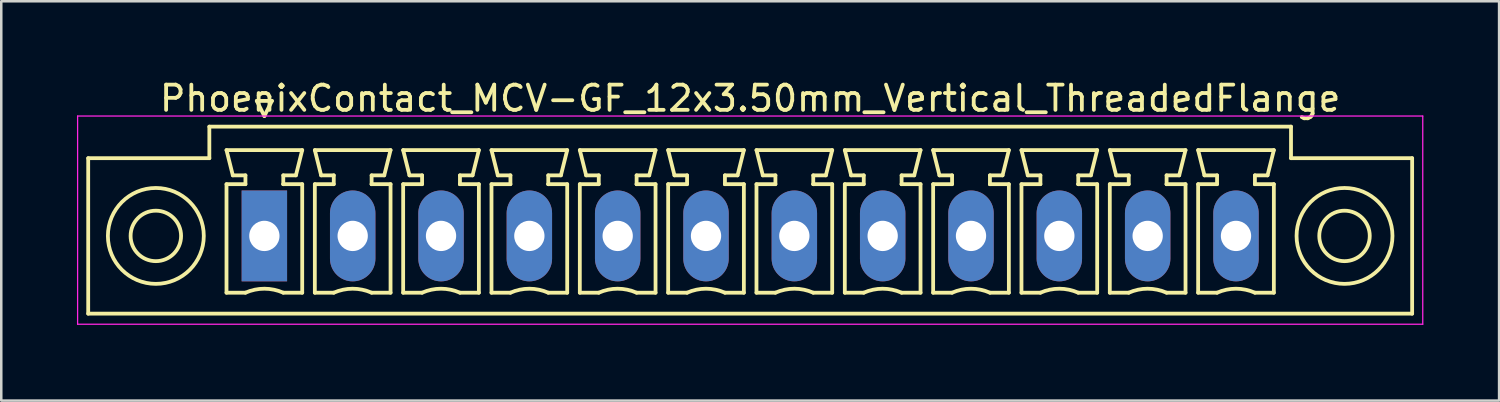
<source format=kicad_pcb>
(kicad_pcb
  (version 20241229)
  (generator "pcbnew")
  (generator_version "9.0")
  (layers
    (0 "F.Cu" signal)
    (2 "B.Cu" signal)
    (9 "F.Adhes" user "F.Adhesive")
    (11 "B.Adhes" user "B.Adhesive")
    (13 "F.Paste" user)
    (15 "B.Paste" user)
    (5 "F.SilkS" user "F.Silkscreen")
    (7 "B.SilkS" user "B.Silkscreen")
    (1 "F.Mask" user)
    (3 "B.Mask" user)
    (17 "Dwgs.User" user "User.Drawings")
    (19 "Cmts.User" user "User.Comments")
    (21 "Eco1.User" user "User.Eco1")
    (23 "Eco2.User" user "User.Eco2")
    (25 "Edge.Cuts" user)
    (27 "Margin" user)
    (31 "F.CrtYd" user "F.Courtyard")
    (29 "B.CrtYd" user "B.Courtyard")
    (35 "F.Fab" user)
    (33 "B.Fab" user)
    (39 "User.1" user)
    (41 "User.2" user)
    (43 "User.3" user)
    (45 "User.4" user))
  (footprint "PhoenixContact_MCV-GF_12x3.50mm_Vertical_ThreadedFlange"
    (layer "F.Cu")
    (at 7.425 6.298)
    (property "Reference" "PhoenixContact_MCV-GF_12x3.50mm_Vertical_ThreadedFlange" (at 19.25 -5.45 0) (layer "F.SilkS") (effects (font (size 1 1) (thickness 0.15))))
    (attr through_hole)
    (fp_line (start -6.98 -3.08) (end -6.98 3.08) (stroke (width 0.15) (type solid)) (layer "F.SilkS"))
    (fp_line (start -6.98 3.08) (end 45.48 3.08) (stroke (width 0.15) (type solid)) (layer "F.SilkS"))
    (fp_line (start -2.18 -4.33) (end -2.18 -3.08) (stroke (width 0.15) (type solid)) (layer "F.SilkS"))
    (fp_line (start -2.18 -3.08) (end -6.98 -3.08) (stroke (width 0.15) (type solid)) (layer "F.SilkS"))
    (fp_line (start -1.5 -3.4) (end 1.5 -3.4) (stroke (width 0.15) (type solid)) (layer "F.SilkS"))
    (fp_line (start -1.5 -2.05) (end -0.75 -2.05) (stroke (width 0.15) (type solid)) (layer "F.SilkS"))
    (fp_line (start -1.5 2.25) (end -1.5 -2.05) (stroke (width 0.15) (type solid)) (layer "F.SilkS"))
    (fp_line (start -1.25 -2.4) (end -1.5 -3.4) (stroke (width 0.15) (type solid)) (layer "F.SilkS"))
    (fp_line (start -0.75 -2.4) (end -1.25 -2.4) (stroke (width 0.15) (type solid)) (layer "F.SilkS"))
    (fp_line (start -0.75 -2.05) (end -0.75 -2.4) (stroke (width 0.15) (type solid)) (layer "F.SilkS"))
    (fp_line (start -0.75 2.25) (end -1.5 2.25) (stroke (width 0.15) (type solid)) (layer "F.SilkS"))
    (fp_line (start -0.3 -5.35) (end 0 -4.75) (stroke (width 0.15) (type solid)) (layer "F.SilkS"))
    (fp_line (start 0 -4.75) (end 0.3 -5.35) (stroke (width 0.15) (type solid)) (layer "F.SilkS"))
    (fp_line (start 0.3 -5.35) (end -0.3 -5.35) (stroke (width 0.15) (type solid)) (layer "F.SilkS"))
    (fp_line (start 0.75 -2.4) (end 0.75 -2.05) (stroke (width 0.15) (type solid)) (layer "F.SilkS"))
    (fp_line (start 0.75 -2.05) (end 0.75 -2.05) (stroke (width 0.15) (type solid)) (layer "F.SilkS"))
    (fp_line (start 0.75 -2.05) (end 1.5 -2.05) (stroke (width 0.15) (type solid)) (layer "F.SilkS"))
    (fp_line (start 1.25 -2.4) (end 0.75 -2.4) (stroke (width 0.15) (type solid)) (layer "F.SilkS"))
    (fp_line (start 1.5 -3.4) (end 1.25 -2.4) (stroke (width 0.15) (type solid)) (layer "F.SilkS"))
    (fp_line (start 1.5 -2.05) (end 1.5 2.25) (stroke (width 0.15) (type solid)) (layer "F.SilkS"))
    (fp_line (start 1.5 2.25) (end 0.75 2.25) (stroke (width 0.15) (type solid)) (layer "F.SilkS"))
    (fp_line (start 2 -3.4) (end 5 -3.4) (stroke (width 0.15) (type solid)) (layer "F.SilkS"))
    (fp_line (start 2 -2.05) (end 2.75 -2.05) (stroke (width 0.15) (type solid)) (layer "F.SilkS"))
    (fp_line (start 2 2.25) (end 2 -2.05) (stroke (width 0.15) (type solid)) (layer "F.SilkS"))
    (fp_line (start 2.25 -2.4) (end 2 -3.4) (stroke (width 0.15) (type solid)) (layer "F.SilkS"))
    (fp_line (start 2.75 -2.4) (end 2.25 -2.4) (stroke (width 0.15) (type solid)) (layer "F.SilkS"))
    (fp_line (start 2.75 -2.05) (end 2.75 -2.4) (stroke (width 0.15) (type solid)) (layer "F.SilkS"))
    (fp_line (start 2.75 2.25) (end 2 2.25) (stroke (width 0.15) (type solid)) (layer "F.SilkS"))
    (fp_line (start 4.25 -2.4) (end 4.25 -2.05) (stroke (width 0.15) (type solid)) (layer "F.SilkS"))
    (fp_line (start 4.25 -2.05) (end 4.25 -2.05) (stroke (width 0.15) (type solid)) (layer "F.SilkS"))
    (fp_line (start 4.25 -2.05) (end 5 -2.05) (stroke (width 0.15) (type solid)) (layer "F.SilkS"))
    (fp_line (start 4.75 -2.4) (end 4.25 -2.4) (stroke (width 0.15) (type solid)) (layer "F.SilkS"))
    (fp_line (start 5 -3.4) (end 4.75 -2.4) (stroke (width 0.15) (type solid)) (layer "F.SilkS"))
    (fp_line (start 5 -2.05) (end 5 2.25) (stroke (width 0.15) (type solid)) (layer "F.SilkS"))
    (fp_line (start 5 2.25) (end 4.25 2.25) (stroke (width 0.15) (type solid)) (layer "F.SilkS"))
    (fp_line (start 5.5 -3.4) (end 8.5 -3.4) (stroke (width 0.15) (type solid)) (layer "F.SilkS"))
    (fp_line (start 5.5 -2.05) (end 6.25 -2.05) (stroke (width 0.15) (type solid)) (layer "F.SilkS"))
    (fp_line (start 5.5 2.25) (end 5.5 -2.05) (stroke (width 0.15) (type solid)) (layer "F.SilkS"))
    (fp_line (start 5.75 -2.4) (end 5.5 -3.4) (stroke (width 0.15) (type solid)) (layer "F.SilkS"))
    (fp_line (start 6.25 -2.4) (end 5.75 -2.4) (stroke (width 0.15) (type solid)) (layer "F.SilkS"))
    (fp_line (start 6.25 -2.05) (end 6.25 -2.4) (stroke (width 0.15) (type solid)) (layer "F.SilkS"))
    (fp_line (start 6.25 2.25) (end 5.5 2.25) (stroke (width 0.15) (type solid)) (layer "F.SilkS"))
    (fp_line (start 7.75 -2.4) (end 7.75 -2.05) (stroke (width 0.15) (type solid)) (layer "F.SilkS"))
    (fp_line (start 7.75 -2.05) (end 7.75 -2.05) (stroke (width 0.15) (type solid)) (layer "F.SilkS"))
    (fp_line (start 7.75 -2.05) (end 8.5 -2.05) (stroke (width 0.15) (type solid)) (layer "F.SilkS"))
    (fp_line (start 8.25 -2.4) (end 7.75 -2.4) (stroke (width 0.15) (type solid)) (layer "F.SilkS"))
    (fp_line (start 8.5 -3.4) (end 8.25 -2.4) (stroke (width 0.15) (type solid)) (layer "F.SilkS"))
    (fp_line (start 8.5 -2.05) (end 8.5 2.25) (stroke (width 0.15) (type solid)) (layer "F.SilkS"))
    (fp_line (start 8.5 2.25) (end 7.75 2.25) (stroke (width 0.15) (type solid)) (layer "F.SilkS"))
    (fp_line (start 9 -3.4) (end 12 -3.4) (stroke (width 0.15) (type solid)) (layer "F.SilkS"))
    (fp_line (start 9 -2.05) (end 9.75 -2.05) (stroke (width 0.15) (type solid)) (layer "F.SilkS"))
    (fp_line (start 9 2.25) (end 9 -2.05) (stroke (width 0.15) (type solid)) (layer "F.SilkS"))
    (fp_line (start 9.25 -2.4) (end 9 -3.4) (stroke (width 0.15) (type solid)) (layer "F.SilkS"))
    (fp_line (start 9.75 -2.4) (end 9.25 -2.4) (stroke (width 0.15) (type solid)) (layer "F.SilkS"))
    (fp_line (start 9.75 -2.05) (end 9.75 -2.4) (stroke (width 0.15) (type solid)) (layer "F.SilkS"))
    (fp_line (start 9.75 2.25) (end 9 2.25) (stroke (width 0.15) (type solid)) (layer "F.SilkS"))
    (fp_line (start 11.25 -2.4) (end 11.25 -2.05) (stroke (width 0.15) (type solid)) (layer "F.SilkS"))
    (fp_line (start 11.25 -2.05) (end 11.25 -2.05) (stroke (width 0.15) (type solid)) (layer "F.SilkS"))
    (fp_line (start 11.25 -2.05) (end 12 -2.05) (stroke (width 0.15) (type solid)) (layer "F.SilkS"))
    (fp_line (start 11.75 -2.4) (end 11.25 -2.4) (stroke (width 0.15) (type solid)) (layer "F.SilkS"))
    (fp_line (start 12 -3.4) (end 11.75 -2.4) (stroke (width 0.15) (type solid)) (layer "F.SilkS"))
    (fp_line (start 12 -2.05) (end 12 2.25) (stroke (width 0.15) (type solid)) (layer "F.SilkS"))
    (fp_line (start 12 2.25) (end 11.25 2.25) (stroke (width 0.15) (type solid)) (layer "F.SilkS"))
    (fp_line (start 12.5 -3.4) (end 15.5 -3.4) (stroke (width 0.15) (type solid)) (layer "F.SilkS"))
    (fp_line (start 12.5 -2.05) (end 13.25 -2.05) (stroke (width 0.15) (type solid)) (layer "F.SilkS"))
    (fp_line (start 12.5 2.25) (end 12.5 -2.05) (stroke (width 0.15) (type solid)) (layer "F.SilkS"))
    (fp_line (start 12.75 -2.4) (end 12.5 -3.4) (stroke (width 0.15) (type solid)) (layer "F.SilkS"))
    (fp_line (start 13.25 -2.4) (end 12.75 -2.4) (stroke (width 0.15) (type solid)) (layer "F.SilkS"))
    (fp_line (start 13.25 -2.05) (end 13.25 -2.4) (stroke (width 0.15) (type solid)) (layer "F.SilkS"))
    (fp_line (start 13.25 2.25) (end 12.5 2.25) (stroke (width 0.15) (type solid)) (layer "F.SilkS"))
    (fp_line (start 14.75 -2.4) (end 14.75 -2.05) (stroke (width 0.15) (type solid)) (layer "F.SilkS"))
    (fp_line (start 14.75 -2.05) (end 14.75 -2.05) (stroke (width 0.15) (type solid)) (layer "F.SilkS"))
    (fp_line (start 14.75 -2.05) (end 15.5 -2.05) (stroke (width 0.15) (type solid)) (layer "F.SilkS"))
    (fp_line (start 15.25 -2.4) (end 14.75 -2.4) (stroke (width 0.15) (type solid)) (layer "F.SilkS"))
    (fp_line (start 15.5 -3.4) (end 15.25 -2.4) (stroke (width 0.15) (type solid)) (layer "F.SilkS"))
    (fp_line (start 15.5 -2.05) (end 15.5 2.25) (stroke (width 0.15) (type solid)) (layer "F.SilkS"))
    (fp_line (start 15.5 2.25) (end 14.75 2.25) (stroke (width 0.15) (type solid)) (layer "F.SilkS"))
    (fp_line (start 16 -3.4) (end 19 -3.4) (stroke (width 0.15) (type solid)) (layer "F.SilkS"))
    (fp_line (start 16 -2.05) (end 16.75 -2.05) (stroke (width 0.15) (type solid)) (layer "F.SilkS"))
    (fp_line (start 16 2.25) (end 16 -2.05) (stroke (width 0.15) (type solid)) (layer "F.SilkS"))
    (fp_line (start 16.25 -2.4) (end 16 -3.4) (stroke (width 0.15) (type solid)) (layer "F.SilkS"))
    (fp_line (start 16.75 -2.4) (end 16.25 -2.4) (stroke (width 0.15) (type solid)) (layer "F.SilkS"))
    (fp_line (start 16.75 -2.05) (end 16.75 -2.4) (stroke (width 0.15) (type solid)) (layer "F.SilkS"))
    (fp_line (start 16.75 2.25) (end 16 2.25) (stroke (width 0.15) (type solid)) (layer "F.SilkS"))
    (fp_line (start 18.25 -2.4) (end 18.25 -2.05) (stroke (width 0.15) (type solid)) (layer "F.SilkS"))
    (fp_line (start 18.25 -2.05) (end 18.25 -2.05) (stroke (width 0.15) (type solid)) (layer "F.SilkS"))
    (fp_line (start 18.25 -2.05) (end 19 -2.05) (stroke (width 0.15) (type solid)) (layer "F.SilkS"))
    (fp_line (start 18.75 -2.4) (end 18.25 -2.4) (stroke (width 0.15) (type solid)) (layer "F.SilkS"))
    (fp_line (start 19 -3.4) (end 18.75 -2.4) (stroke (width 0.15) (type solid)) (layer "F.SilkS"))
    (fp_line (start 19 -2.05) (end 19 2.25) (stroke (width 0.15) (type solid)) (layer "F.SilkS"))
    (fp_line (start 19 2.25) (end 18.25 2.25) (stroke (width 0.15) (type solid)) (layer "F.SilkS"))
    (fp_line (start 19.5 -3.4) (end 22.5 -3.4) (stroke (width 0.15) (type solid)) (layer "F.SilkS"))
    (fp_line (start 19.5 -2.05) (end 20.25 -2.05) (stroke (width 0.15) (type solid)) (layer "F.SilkS"))
    (fp_line (start 19.5 2.25) (end 19.5 -2.05) (stroke (width 0.15) (type solid)) (layer "F.SilkS"))
    (fp_line (start 19.75 -2.4) (end 19.5 -3.4) (stroke (width 0.15) (type solid)) (layer "F.SilkS"))
    (fp_line (start 20.25 -2.4) (end 19.75 -2.4) (stroke (width 0.15) (type solid)) (layer "F.SilkS"))
    (fp_line (start 20.25 -2.05) (end 20.25 -2.4) (stroke (width 0.15) (type solid)) (layer "F.SilkS"))
    (fp_line (start 20.25 2.25) (end 19.5 2.25) (stroke (width 0.15) (type solid)) (layer "F.SilkS"))
    (fp_line (start 21.75 -2.4) (end 21.75 -2.05) (stroke (width 0.15) (type solid)) (layer "F.SilkS"))
    (fp_line (start 21.75 -2.05) (end 21.75 -2.05) (stroke (width 0.15) (type solid)) (layer "F.SilkS"))
    (fp_line (start 21.75 -2.05) (end 22.5 -2.05) (stroke (width 0.15) (type solid)) (layer "F.SilkS"))
    (fp_line (start 22.25 -2.4) (end 21.75 -2.4) (stroke (width 0.15) (type solid)) (layer "F.SilkS"))
    (fp_line (start 22.5 -3.4) (end 22.25 -2.4) (stroke (width 0.15) (type solid)) (layer "F.SilkS"))
    (fp_line (start 22.5 -2.05) (end 22.5 2.25) (stroke (width 0.15) (type solid)) (layer "F.SilkS"))
    (fp_line (start 22.5 2.25) (end 21.75 2.25) (stroke (width 0.15) (type solid)) (layer "F.SilkS"))
    (fp_line (start 23 -3.4) (end 26 -3.4) (stroke (width 0.15) (type solid)) (layer "F.SilkS"))
    (fp_line (start 23 -2.05) (end 23.75 -2.05) (stroke (width 0.15) (type solid)) (layer "F.SilkS"))
    (fp_line (start 23 2.25) (end 23 -2.05) (stroke (width 0.15) (type solid)) (layer "F.SilkS"))
    (fp_line (start 23.25 -2.4) (end 23 -3.4) (stroke (width 0.15) (type solid)) (layer "F.SilkS"))
    (fp_line (start 23.75 -2.4) (end 23.25 -2.4) (stroke (width 0.15) (type solid)) (layer "F.SilkS"))
    (fp_line (start 23.75 -2.05) (end 23.75 -2.4) (stroke (width 0.15) (type solid)) (layer "F.SilkS"))
    (fp_line (start 23.75 2.25) (end 23 2.25) (stroke (width 0.15) (type solid)) (layer "F.SilkS"))
    (fp_line (start 25.25 -2.4) (end 25.25 -2.05) (stroke (width 0.15) (type solid)) (layer "F.SilkS"))
    (fp_line (start 25.25 -2.05) (end 25.25 -2.05) (stroke (width 0.15) (type solid)) (layer "F.SilkS"))
    (fp_line (start 25.25 -2.05) (end 26 -2.05) (stroke (width 0.15) (type solid)) (layer "F.SilkS"))
    (fp_line (start 25.75 -2.4) (end 25.25 -2.4) (stroke (width 0.15) (type solid)) (layer "F.SilkS"))
    (fp_line (start 26 -3.4) (end 25.75 -2.4) (stroke (width 0.15) (type solid)) (layer "F.SilkS"))
    (fp_line (start 26 -2.05) (end 26 2.25) (stroke (width 0.15) (type solid)) (layer "F.SilkS"))
    (fp_line (start 26 2.25) (end 25.25 2.25) (stroke (width 0.15) (type solid)) (layer "F.SilkS"))
    (fp_line (start 26.5 -3.4) (end 29.5 -3.4) (stroke (width 0.15) (type solid)) (layer "F.SilkS"))
    (fp_line (start 26.5 -2.05) (end 27.25 -2.05) (stroke (width 0.15) (type solid)) (layer "F.SilkS"))
    (fp_line (start 26.5 2.25) (end 26.5 -2.05) (stroke (width 0.15) (type solid)) (layer "F.SilkS"))
    (fp_line (start 26.75 -2.4) (end 26.5 -3.4) (stroke (width 0.15) (type solid)) (layer "F.SilkS"))
    (fp_line (start 27.25 -2.4) (end 26.75 -2.4) (stroke (width 0.15) (type solid)) (layer "F.SilkS"))
    (fp_line (start 27.25 -2.05) (end 27.25 -2.4) (stroke (width 0.15) (type solid)) (layer "F.SilkS"))
    (fp_line (start 27.25 2.25) (end 26.5 2.25) (stroke (width 0.15) (type solid)) (layer "F.SilkS"))
    (fp_line (start 28.75 -2.4) (end 28.75 -2.05) (stroke (width 0.15) (type solid)) (layer "F.SilkS"))
    (fp_line (start 28.75 -2.05) (end 28.75 -2.05) (stroke (width 0.15) (type solid)) (layer "F.SilkS"))
    (fp_line (start 28.75 -2.05) (end 29.5 -2.05) (stroke (width 0.15) (type solid)) (layer "F.SilkS"))
    (fp_line (start 29.25 -2.4) (end 28.75 -2.4) (stroke (width 0.15) (type solid)) (layer "F.SilkS"))
    (fp_line (start 29.5 -3.4) (end 29.25 -2.4) (stroke (width 0.15) (type solid)) (layer "F.SilkS"))
    (fp_line (start 29.5 -2.05) (end 29.5 2.25) (stroke (width 0.15) (type solid)) (layer "F.SilkS"))
    (fp_line (start 29.5 2.25) (end 28.75 2.25) (stroke (width 0.15) (type solid)) (layer "F.SilkS"))
    (fp_line (start 30 -3.4) (end 33 -3.4) (stroke (width 0.15) (type solid)) (layer "F.SilkS"))
    (fp_line (start 30 -2.05) (end 30.75 -2.05) (stroke (width 0.15) (type solid)) (layer "F.SilkS"))
    (fp_line (start 30 2.25) (end 30 -2.05) (stroke (width 0.15) (type solid)) (layer "F.SilkS"))
    (fp_line (start 30.25 -2.4) (end 30 -3.4) (stroke (width 0.15) (type solid)) (layer "F.SilkS"))
    (fp_line (start 30.75 -2.4) (end 30.25 -2.4) (stroke (width 0.15) (type solid)) (layer "F.SilkS"))
    (fp_line (start 30.75 -2.05) (end 30.75 -2.4) (stroke (width 0.15) (type solid)) (layer "F.SilkS"))
    (fp_line (start 30.75 2.25) (end 30 2.25) (stroke (width 0.15) (type solid)) (layer "F.SilkS"))
    (fp_line (start 32.25 -2.4) (end 32.25 -2.05) (stroke (width 0.15) (type solid)) (layer "F.SilkS"))
    (fp_line (start 32.25 -2.05) (end 32.25 -2.05) (stroke (width 0.15) (type solid)) (layer "F.SilkS"))
    (fp_line (start 32.25 -2.05) (end 33 -2.05) (stroke (width 0.15) (type solid)) (layer "F.SilkS"))
    (fp_line (start 32.75 -2.4) (end 32.25 -2.4) (stroke (width 0.15) (type solid)) (layer "F.SilkS"))
    (fp_line (start 33 -3.4) (end 32.75 -2.4) (stroke (width 0.15) (type solid)) (layer "F.SilkS"))
    (fp_line (start 33 -2.05) (end 33 2.25) (stroke (width 0.15) (type solid)) (layer "F.SilkS"))
    (fp_line (start 33 2.25) (end 32.25 2.25) (stroke (width 0.15) (type solid)) (layer "F.SilkS"))
    (fp_line (start 33.5 -3.4) (end 36.5 -3.4) (stroke (width 0.15) (type solid)) (layer "F.SilkS"))
    (fp_line (start 33.5 -2.05) (end 34.25 -2.05) (stroke (width 0.15) (type solid)) (layer "F.SilkS"))
    (fp_line (start 33.5 2.25) (end 33.5 -2.05) (stroke (width 0.15) (type solid)) (layer "F.SilkS"))
    (fp_line (start 33.75 -2.4) (end 33.5 -3.4) (stroke (width 0.15) (type solid)) (layer "F.SilkS"))
    (fp_line (start 34.25 -2.4) (end 33.75 -2.4) (stroke (width 0.15) (type solid)) (layer "F.SilkS"))
    (fp_line (start 34.25 -2.05) (end 34.25 -2.4) (stroke (width 0.15) (type solid)) (layer "F.SilkS"))
    (fp_line (start 34.25 2.25) (end 33.5 2.25) (stroke (width 0.15) (type solid)) (layer "F.SilkS"))
    (fp_line (start 35.75 -2.4) (end 35.75 -2.05) (stroke (width 0.15) (type solid)) (layer "F.SilkS"))
    (fp_line (start 35.75 -2.05) (end 35.75 -2.05) (stroke (width 0.15) (type solid)) (layer "F.SilkS"))
    (fp_line (start 35.75 -2.05) (end 36.5 -2.05) (stroke (width 0.15) (type solid)) (layer "F.SilkS"))
    (fp_line (start 36.25 -2.4) (end 35.75 -2.4) (stroke (width 0.15) (type solid)) (layer "F.SilkS"))
    (fp_line (start 36.5 -3.4) (end 36.25 -2.4) (stroke (width 0.15) (type solid)) (layer "F.SilkS"))
    (fp_line (start 36.5 -2.05) (end 36.5 2.25) (stroke (width 0.15) (type solid)) (layer "F.SilkS"))
    (fp_line (start 36.5 2.25) (end 35.75 2.25) (stroke (width 0.15) (type solid)) (layer "F.SilkS"))
    (fp_line (start 37 -3.4) (end 40 -3.4) (stroke (width 0.15) (type solid)) (layer "F.SilkS"))
    (fp_line (start 37 -2.05) (end 37.75 -2.05) (stroke (width 0.15) (type solid)) (layer "F.SilkS"))
    (fp_line (start 37 2.25) (end 37 -2.05) (stroke (width 0.15) (type solid)) (layer "F.SilkS"))
    (fp_line (start 37.25 -2.4) (end 37 -3.4) (stroke (width 0.15) (type solid)) (layer "F.SilkS"))
    (fp_line (start 37.75 -2.4) (end 37.25 -2.4) (stroke (width 0.15) (type solid)) (layer "F.SilkS"))
    (fp_line (start 37.75 -2.05) (end 37.75 -2.4) (stroke (width 0.15) (type solid)) (layer "F.SilkS"))
    (fp_line (start 37.75 2.25) (end 37 2.25) (stroke (width 0.15) (type solid)) (layer "F.SilkS"))
    (fp_line (start 39.25 -2.4) (end 39.25 -2.05) (stroke (width 0.15) (type solid)) (layer "F.SilkS"))
    (fp_line (start 39.25 -2.05) (end 39.25 -2.05) (stroke (width 0.15) (type solid)) (layer "F.SilkS"))
    (fp_line (start 39.25 -2.05) (end 40 -2.05) (stroke (width 0.15) (type solid)) (layer "F.SilkS"))
    (fp_line (start 39.75 -2.4) (end 39.25 -2.4) (stroke (width 0.15) (type solid)) (layer "F.SilkS"))
    (fp_line (start 40 -3.4) (end 39.75 -2.4) (stroke (width 0.15) (type solid)) (layer "F.SilkS"))
    (fp_line (start 40 -2.05) (end 40 2.25) (stroke (width 0.15) (type solid)) (layer "F.SilkS"))
    (fp_line (start 40 2.25) (end 39.25 2.25) (stroke (width 0.15) (type solid)) (layer "F.SilkS"))
    (fp_line (start 40.68 -4.33) (end -2.18 -4.33) (stroke (width 0.15) (type solid)) (layer "F.SilkS"))
    (fp_line (start 40.68 -3.08) (end 40.68 -4.33) (stroke (width 0.15) (type solid)) (layer "F.SilkS"))
    (fp_line (start 45.48 -3.08) (end 40.68 -3.08) (stroke (width 0.15) (type solid)) (layer "F.SilkS"))
    (fp_line (start 45.48 3.08) (end 45.48 -3.08) (stroke (width 0.15) (type solid)) (layer "F.SilkS"))
    (fp_arc (start -0.75 2.25) (mid -0.000193 2.09191) (end 0.749647 2.249844) (stroke (width 0.15) (type solid)) (layer "F.SilkS"))
    (fp_arc (start 2.75 2.25) (mid 3.499807 2.09191) (end 4.249647 2.249844) (stroke (width 0.15) (type solid)) (layer "F.SilkS"))
    (fp_arc (start 6.25 2.25) (mid 6.999807 2.09191) (end 7.749647 2.249844) (stroke (width 0.15) (type solid)) (layer "F.SilkS"))
    (fp_arc (start 9.75 2.25) (mid 10.499807 2.09191) (end 11.249647 2.249844) (stroke (width 0.15) (type solid)) (layer "F.SilkS"))
    (fp_arc (start 13.25 2.25) (mid 13.999807 2.09191) (end 14.749647 2.249844) (stroke (width 0.15) (type solid)) (layer "F.SilkS"))
    (fp_arc (start 16.75 2.25) (mid 17.499807 2.09191) (end 18.249647 2.249844) (stroke (width 0.15) (type solid)) (layer "F.SilkS"))
    (fp_arc (start 20.25 2.25) (mid 20.999807 2.09191) (end 21.749647 2.249844) (stroke (width 0.15) (type solid)) (layer "F.SilkS"))
    (fp_arc (start 23.75 2.25) (mid 24.499807 2.09191) (end 25.249647 2.249844) (stroke (width 0.15) (type solid)) (layer "F.SilkS"))
    (fp_arc (start 27.25 2.25) (mid 27.999807 2.09191) (end 28.749647 2.249844) (stroke (width 0.15) (type solid)) (layer "F.SilkS"))
    (fp_arc (start 30.75 2.25) (mid 31.499807 2.09191) (end 32.249647 2.249844) (stroke (width 0.15) (type solid)) (layer "F.SilkS"))
    (fp_arc (start 34.25 2.25) (mid 34.999807 2.09191) (end 35.749647 2.249844) (stroke (width 0.15) (type solid)) (layer "F.SilkS"))
    (fp_arc (start 37.75 2.25) (mid 38.499807 2.09191) (end 39.249647 2.249844) (stroke (width 0.15) (type solid)) (layer "F.SilkS"))
    (fp_circle (center -4.3 0) (end -3.3 0) (stroke (width 0.15) (type solid)) (fill no) (layer "F.SilkS"))
    (fp_circle (center -4.3 0) (end -2.4 0) (stroke (width 0.15) (type solid)) (fill no) (layer "F.SilkS"))
    (fp_circle (center 42.8 0) (end 43.8 0) (stroke (width 0.15) (type solid)) (fill no) (layer "F.SilkS"))
    (fp_circle (center 42.8 0) (end 44.7 0) (stroke (width 0.15) (type solid)) (fill no) (layer "F.SilkS"))
    (fp_line (start -7.4 -4.75) (end -7.4 3.5) (stroke (width 0.05) (type solid)) (layer "F.CrtYd"))
    (fp_line (start -7.4 3.5) (end 45.9 3.5) (stroke (width 0.05) (type solid)) (layer "F.CrtYd"))
    (fp_line (start 45.9 -4.75) (end -7.4 -4.75) (stroke (width 0.05) (type solid)) (layer "F.CrtYd"))
    (fp_line (start 45.9 3.5) (end 45.9 -4.75) (stroke (width 0.05) (type solid)) (layer "F.CrtYd"))
    (pad "1" thru_hole rect (at 0 0) (size 1.8 3.6) (drill 1.2) (layers "*.Cu" "*.Mask"))
    (pad "2" thru_hole oval (at 3.5 0) (size 1.8 3.6) (drill 1.2) (layers "*.Cu" "*.Mask"))
    (pad "3" thru_hole oval (at 7 0) (size 1.8 3.6) (drill 1.2) (layers "*.Cu" "*.Mask"))
    (pad "4" thru_hole oval (at 10.5 0) (size 1.8 3.6) (drill 1.2) (layers "*.Cu" "*.Mask"))
    (pad "5" thru_hole oval (at 14 0) (size 1.8 3.6) (drill 1.2) (layers "*.Cu" "*.Mask"))
    (pad "6" thru_hole oval (at 17.5 0) (size 1.8 3.6) (drill 1.2) (layers "*.Cu" "*.Mask"))
    (pad "7" thru_hole oval (at 21 0) (size 1.8 3.6) (drill 1.2) (layers "*.Cu" "*.Mask"))
    (pad "8" thru_hole oval (at 24.5 0) (size 1.8 3.6) (drill 1.2) (layers "*.Cu" "*.Mask"))
    (pad "9" thru_hole oval (at 28 0) (size 1.8 3.6) (drill 1.2) (layers "*.Cu" "*.Mask"))
    (pad "10" thru_hole oval (at 31.5 0) (size 1.8 3.6) (drill 1.2) (layers "*.Cu" "*.Mask"))
    (pad "11" thru_hole oval (at 35 0) (size 1.8 3.6) (drill 1.2) (layers "*.Cu" "*.Mask"))
    (pad "12" thru_hole oval (at 38.5 0) (size 1.8 3.6) (drill 1.2) (layers "*.Cu" "*.Mask")))
  (gr_rect
    (start -3 -3)
    (end 56.35 12.823)
    (stroke (width 0.1) (type default))
    (fill no)
    (layer "Edge.Cuts")))
</source>
